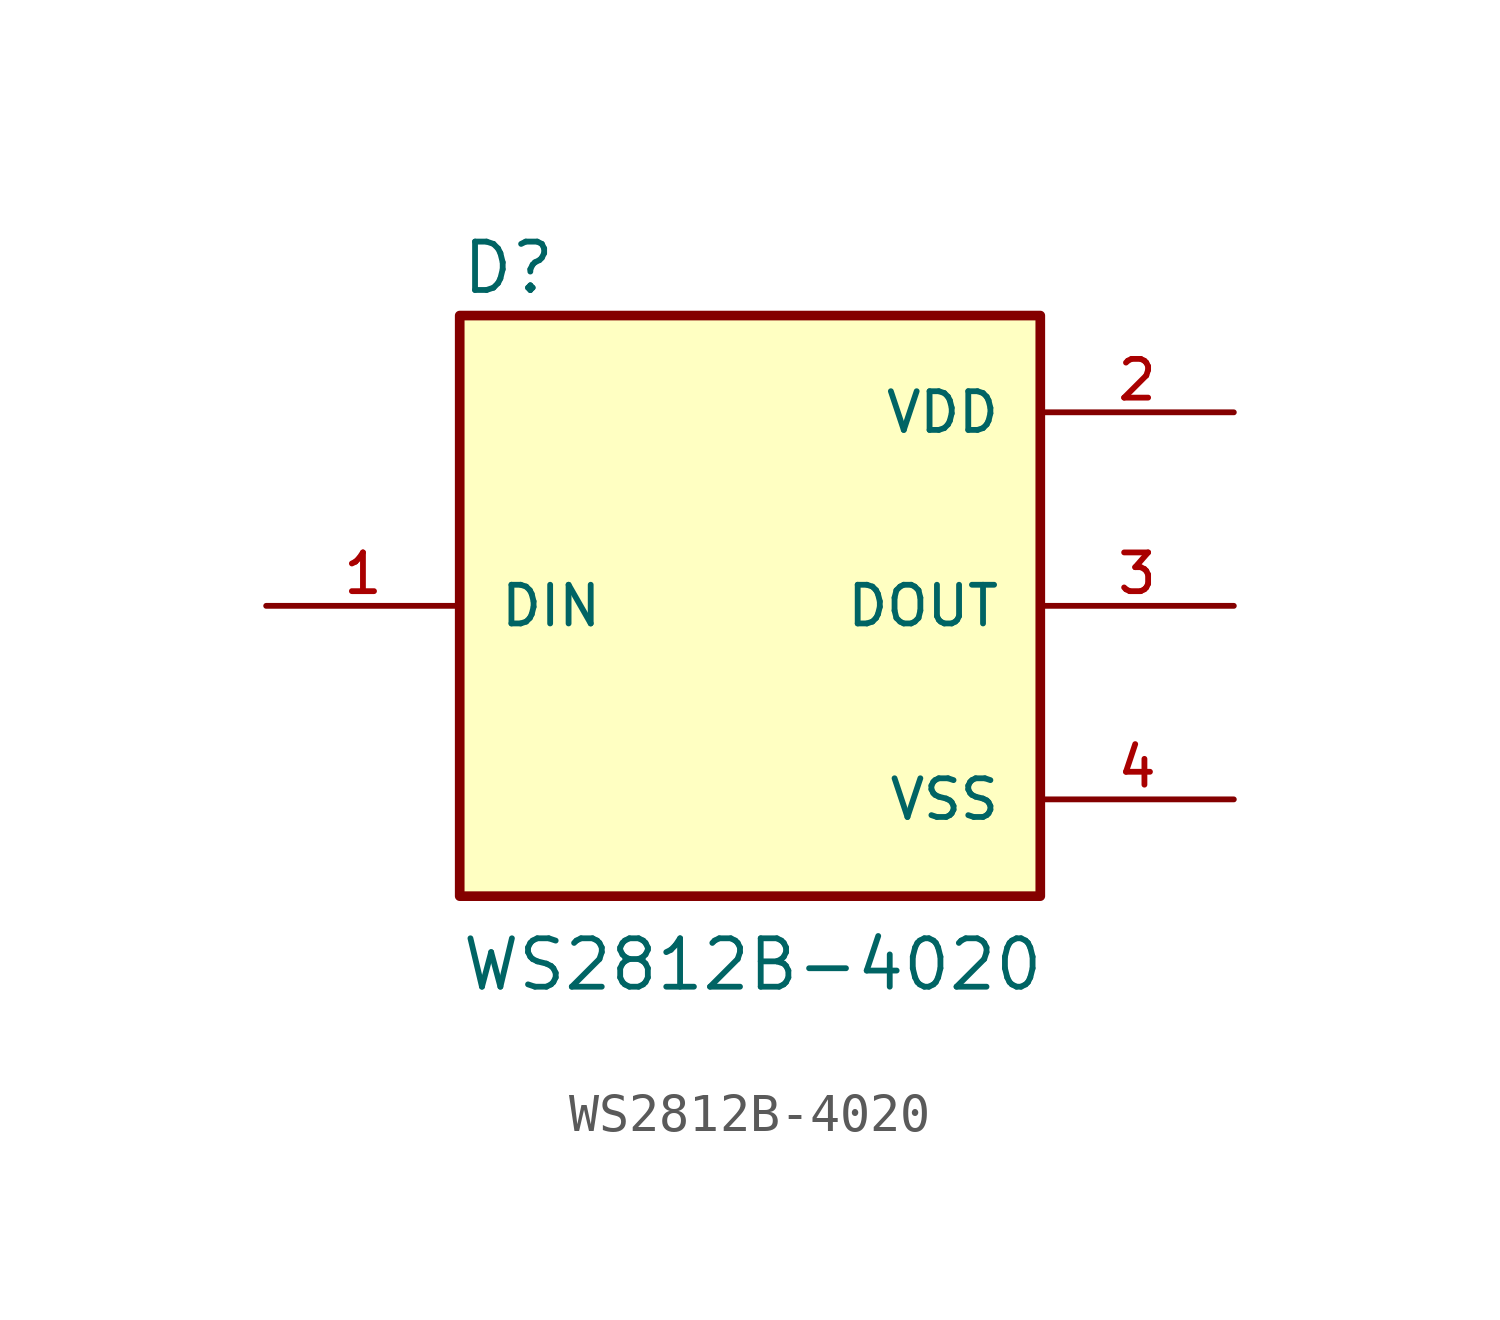
<source format=kicad_sym>
(kicad_symbol_lib
  (version 20231120)
  (generator "kicad_symbol_editor")
  (generator_version "8.0")
  (symbol "WS2812B-4020"
    (pin_names
      (offset 1.016))
    (property "Reference" "D"
      (at -7.62 8.128 0)
      (effects (font (size 1.27 1.27)) (justify left bottom)))
    (property "Value" "WS2812B-4020"
      (at -7.62 -10.16 0)
      (effects (font (size 1.27 1.27)) (justify left bottom)))
    (symbol "WS2812B-4020_0_0"
      (rectangle (start -7.62 -7.62) (end 7.62 7.62) (stroke (width 0.254) (type default)) (fill (type background)))
      (pin input line (at -12.7 0 0) (length 5.08) (name "DIN" (effects (font (size 1.016 1.016)))) (number "1" (effects (font (size 1.016 1.016)))))
      (pin power_in line (at 12.7 5.08 180) (length 5.08) (name "VDD" (effects (font (size 1.016 1.016)))) (number "2" (effects (font (size 1.016 1.016)))))
      (pin output line (at 12.7 0 180) (length 5.08) (name "DOUT" (effects (font (size 1.016 1.016)))) (number "3" (effects (font (size 1.016 1.016)))))
      (pin power_in line (at 12.7 -5.08 180) (length 5.08) (name "VSS" (effects (font (size 1.016 1.016)))) (number "4" (effects (font (size 1.016 1.016))))))))
</source>
